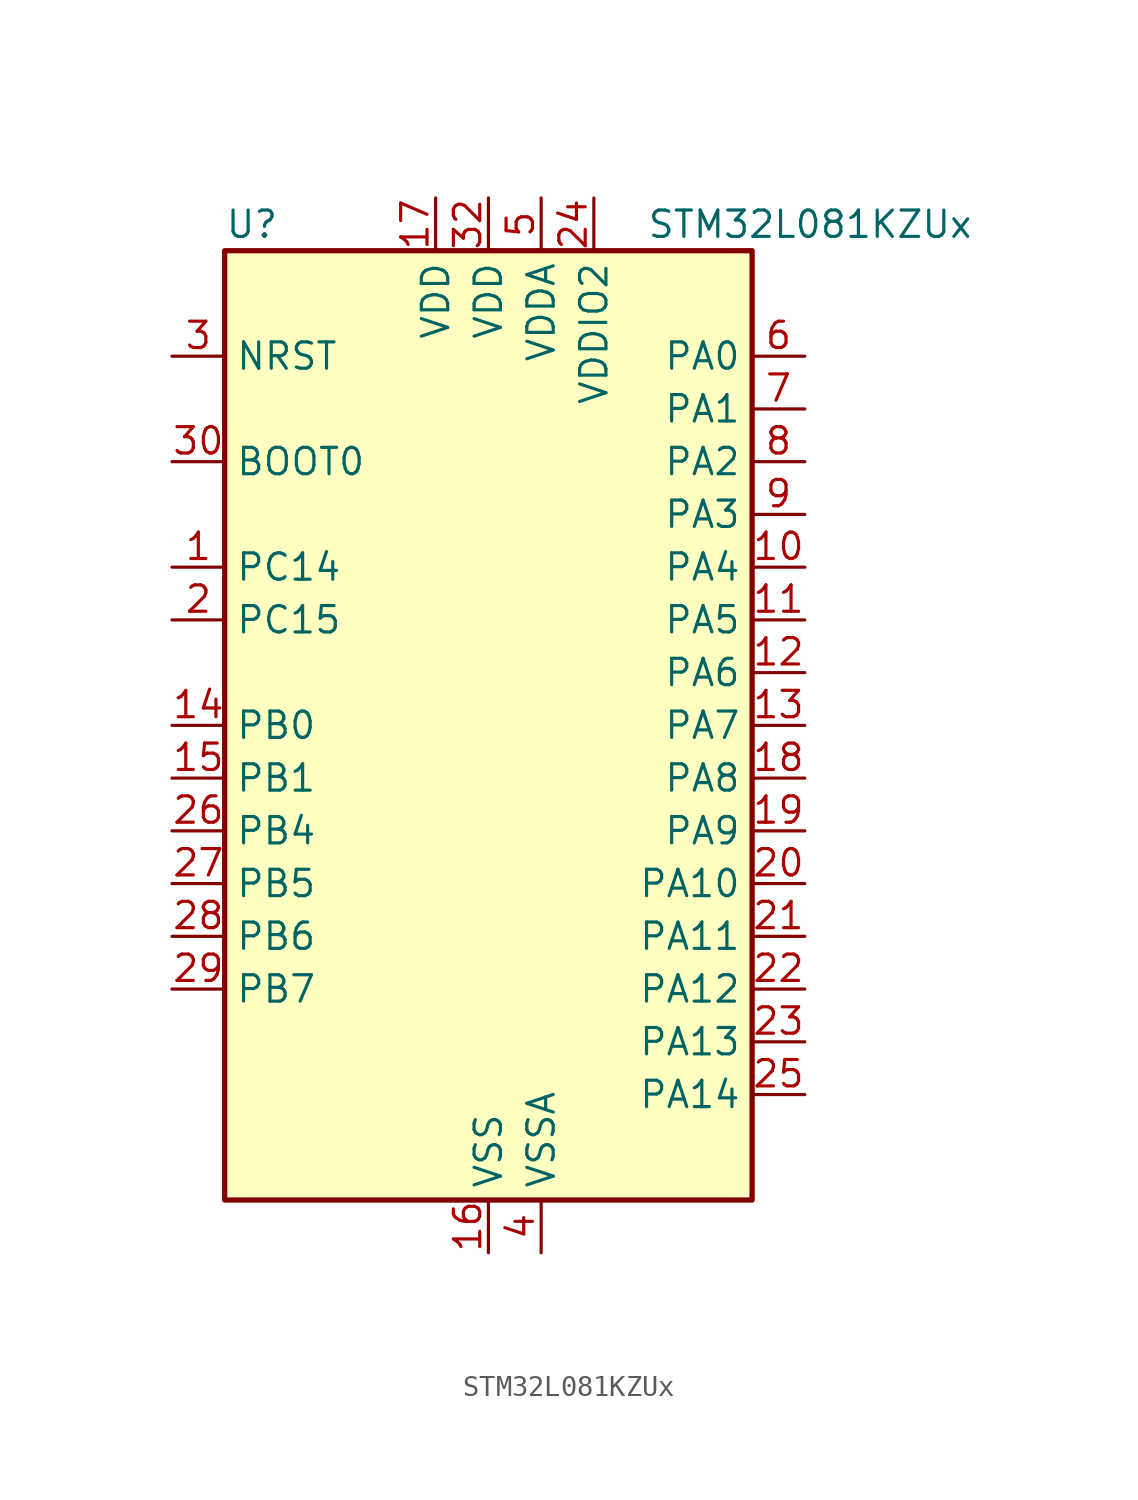
<source format=kicad_sym>
(kicad_symbol_lib
  (version 20241209)
  (generator "kicad_symbol_editor")
  (generator_version "9.0")
  (symbol "STM32L081KZUx"
    (property "Reference" "U"
      (at -12.7 24.13 0)
      (effects (font (size 1.27 1.27)) (justify left)))
    (property "Value" "STM32L081KZUx"
      (at 7.62 24.13 0)
      (effects (font (size 1.27 1.27)) (justify left)))
    (symbol "STM32L081KZUx_0_1"
      (rectangle (start -12.7 -22.86) (end 12.7 22.86) (stroke (width 0.254) (type default)) (fill (type background))))
    (symbol "STM32L081KZUx_1_1"
      (pin input line (at -15.24 17.78 0) (length 2.54) (name "NRST" (effects (font (size 1.27 1.27)))) (number "3" (effects (font (size 1.27 1.27)))))
      (pin input line (at -15.24 12.7 0) (length 2.54) (name "BOOT0" (effects (font (size 1.27 1.27)))) (number "30" (effects (font (size 1.27 1.27)))))
      (pin bidirectional line (at -15.24 7.62 0) (length 2.54) (name "PC14" (effects (font (size 1.27 1.27)))) (number "1" (effects (font (size 1.27 1.27)))) (alternate "RCC_OSC32_IN" bidirectional line))
      (pin bidirectional line (at -15.24 5.08 0) (length 2.54) (name "PC15" (effects (font (size 1.27 1.27)))) (number "2" (effects (font (size 1.27 1.27)))) (alternate "RCC_OSC32_OUT" bidirectional line))
      (pin bidirectional line (at -15.24 0 0) (length 2.54) (name "PB0" (effects (font (size 1.27 1.27)))) (number "14" (effects (font (size 1.27 1.27)))) (alternate "ADC_IN8" bidirectional line) (alternate "SYS_VREF_OUT_PB0" bidirectional line) (alternate "TIM3_CH3" bidirectional line))
      (pin bidirectional line (at -15.24 -2.54 0) (length 2.54) (name "PB1" (effects (font (size 1.27 1.27)))) (number "15" (effects (font (size 1.27 1.27)))) (alternate "ADC_IN9" bidirectional line) (alternate "LPUART1_DE" bidirectional line) (alternate "LPUART1_RTS" bidirectional line) (alternate "SYS_VREF_OUT_PB1" bidirectional line) (alternate "TIM3_CH4" bidirectional line))
      (pin bidirectional line (at -15.24 -5.08 0) (length 2.54) (name "PB4" (effects (font (size 1.27 1.27)))) (number "26" (effects (font (size 1.27 1.27)))) (alternate "COMP2_INP" bidirectional line) (alternate "I2C3_SDA" bidirectional line) (alternate "SPI1_MISO" bidirectional line) (alternate "TIM22_CH1" bidirectional line) (alternate "TIM3_CH1" bidirectional line) (alternate "USART1_CTS" bidirectional line))
      (pin bidirectional line (at -15.24 -7.62 0) (length 2.54) (name "PB5" (effects (font (size 1.27 1.27)))) (number "27" (effects (font (size 1.27 1.27)))) (alternate "COMP2_INP" bidirectional line) (alternate "I2C1_SMBA" bidirectional line) (alternate "LPTIM1_IN1" bidirectional line) (alternate "SPI1_MOSI" bidirectional line) (alternate "TIM22_CH2" bidirectional line) (alternate "TIM3_CH2" bidirectional line) (alternate "USART1_CK" bidirectional line))
      (pin bidirectional line (at -15.24 -10.16 0) (length 2.54) (name "PB6" (effects (font (size 1.27 1.27)))) (number "28" (effects (font (size 1.27 1.27)))) (alternate "COMP2_INP" bidirectional line) (alternate "I2C1_SCL" bidirectional line) (alternate "LPTIM1_ETR" bidirectional line) (alternate "USART1_TX" bidirectional line))
      (pin bidirectional line (at -15.24 -12.7 0) (length 2.54) (name "PB7" (effects (font (size 1.27 1.27)))) (number "29" (effects (font (size 1.27 1.27)))) (alternate "COMP2_INP" bidirectional line) (alternate "I2C1_SDA" bidirectional line) (alternate "LPTIM1_IN2" bidirectional line) (alternate "SYS_PVD_IN" bidirectional line) (alternate "USART1_RX" bidirectional line) (alternate "USART4_CTS" bidirectional line))
      (pin power_in line (at -2.54 25.4 270) (length 2.54) (name "VDD" (effects (font (size 1.27 1.27)))) (number "17" (effects (font (size 1.27 1.27)))))
      (pin power_in line (at 0 25.4 270) (length 2.54) (name "VDD" (effects (font (size 1.27 1.27)))) (number "32" (effects (font (size 1.27 1.27)))))
      (pin power_in line (at 0 -25.4 90) (length 2.54) (name "VSS" (effects (font (size 1.27 1.27)))) (number "16" (effects (font (size 1.27 1.27)))))
      (pin passive line (at 0 -25.4 90) (length 2.54) (hide yes) (name "VSS" (effects (font (size 1.27 1.27)))) (number "31" (effects (font (size 1.27 1.27)))))
      (pin passive line (at 0 -25.4 90) (length 2.54) (hide yes) (name "VSS" (effects (font (size 1.27 1.27)))) (number "33" (effects (font (size 1.27 1.27)))))
      (pin power_in line (at 2.54 25.4 270) (length 2.54) (name "VDDA" (effects (font (size 1.27 1.27)))) (number "5" (effects (font (size 1.27 1.27)))))
      (pin power_in line (at 2.54 -25.4 90) (length 2.54) (name "VSSA" (effects (font (size 1.27 1.27)))) (number "4" (effects (font (size 1.27 1.27)))))
      (pin power_in line (at 5.08 25.4 270) (length 2.54) (name "VDDIO2" (effects (font (size 1.27 1.27)))) (number "24" (effects (font (size 1.27 1.27)))))
      (pin bidirectional line (at 15.24 17.78 180) (length 2.54) (name "PA0" (effects (font (size 1.27 1.27)))) (number "6" (effects (font (size 1.27 1.27)))) (alternate "ADC_IN0" bidirectional line) (alternate "COMP1_INM" bidirectional line) (alternate "COMP1_OUT" bidirectional line) (alternate "RTC_TAMP2" bidirectional line) (alternate "SYS_WKUP1" bidirectional line) (alternate "TIM2_CH1" bidirectional line) (alternate "TIM2_ETR" bidirectional line) (alternate "USART2_CTS" bidirectional line) (alternate "USART4_TX" bidirectional line))
      (pin bidirectional line (at 15.24 15.24 180) (length 2.54) (name "PA1" (effects (font (size 1.27 1.27)))) (number "7" (effects (font (size 1.27 1.27)))) (alternate "ADC_IN1" bidirectional line) (alternate "COMP1_INP" bidirectional line) (alternate "TIM21_ETR" bidirectional line) (alternate "TIM2_CH2" bidirectional line) (alternate "USART2_DE" bidirectional line) (alternate "USART2_RTS" bidirectional line) (alternate "USART4_RX" bidirectional line))
      (pin bidirectional line (at 15.24 12.7 180) (length 2.54) (name "PA2" (effects (font (size 1.27 1.27)))) (number "8" (effects (font (size 1.27 1.27)))) (alternate "ADC_IN2" bidirectional line) (alternate "COMP2_INM" bidirectional line) (alternate "COMP2_OUT" bidirectional line) (alternate "LPUART1_TX" bidirectional line) (alternate "TIM21_CH1" bidirectional line) (alternate "TIM2_CH3" bidirectional line) (alternate "USART2_TX" bidirectional line))
      (pin bidirectional line (at 15.24 10.16 180) (length 2.54) (name "PA3" (effects (font (size 1.27 1.27)))) (number "9" (effects (font (size 1.27 1.27)))) (alternate "ADC_IN3" bidirectional line) (alternate "COMP2_INP" bidirectional line) (alternate "LPUART1_RX" bidirectional line) (alternate "TIM21_CH2" bidirectional line) (alternate "TIM2_CH4" bidirectional line) (alternate "USART2_RX" bidirectional line))
      (pin bidirectional line (at 15.24 7.62 180) (length 2.54) (name "PA4" (effects (font (size 1.27 1.27)))) (number "10" (effects (font (size 1.27 1.27)))) (alternate "ADC_IN4" bidirectional line) (alternate "COMP1_INM" bidirectional line) (alternate "COMP2_INM" bidirectional line) (alternate "SPI1_NSS" bidirectional line) (alternate "TIM22_ETR" bidirectional line) (alternate "USART2_CK" bidirectional line))
      (pin bidirectional line (at 15.24 5.08 180) (length 2.54) (name "PA5" (effects (font (size 1.27 1.27)))) (number "11" (effects (font (size 1.27 1.27)))) (alternate "ADC_IN5" bidirectional line) (alternate "COMP1_INM" bidirectional line) (alternate "COMP2_INM" bidirectional line) (alternate "SPI1_SCK" bidirectional line) (alternate "TIM2_CH1" bidirectional line) (alternate "TIM2_ETR" bidirectional line))
      (pin bidirectional line (at 15.24 2.54 180) (length 2.54) (name "PA6" (effects (font (size 1.27 1.27)))) (number "12" (effects (font (size 1.27 1.27)))) (alternate "ADC_IN6" bidirectional line) (alternate "COMP1_OUT" bidirectional line) (alternate "LPUART1_CTS" bidirectional line) (alternate "SPI1_MISO" bidirectional line) (alternate "TIM22_CH1" bidirectional line) (alternate "TIM3_CH1" bidirectional line))
      (pin bidirectional line (at 15.24 0 180) (length 2.54) (name "PA7" (effects (font (size 1.27 1.27)))) (number "13" (effects (font (size 1.27 1.27)))) (alternate "ADC_IN7" bidirectional line) (alternate "COMP2_OUT" bidirectional line) (alternate "SPI1_MOSI" bidirectional line) (alternate "TIM22_CH2" bidirectional line) (alternate "TIM3_CH2" bidirectional line))
      (pin bidirectional line (at 15.24 -2.54 180) (length 2.54) (name "PA8" (effects (font (size 1.27 1.27)))) (number "18" (effects (font (size 1.27 1.27)))) (alternate "I2C3_SCL" bidirectional line) (alternate "RCC_MCO" bidirectional line) (alternate "USART1_CK" bidirectional line))
      (pin bidirectional line (at 15.24 -5.08 180) (length 2.54) (name "PA9" (effects (font (size 1.27 1.27)))) (number "19" (effects (font (size 1.27 1.27)))) (alternate "I2C1_SCL" bidirectional line) (alternate "I2C3_SMBA" bidirectional line) (alternate "RCC_MCO" bidirectional line) (alternate "USART1_TX" bidirectional line))
      (pin bidirectional line (at 15.24 -7.62 180) (length 2.54) (name "PA10" (effects (font (size 1.27 1.27)))) (number "20" (effects (font (size 1.27 1.27)))) (alternate "I2C1_SDA" bidirectional line) (alternate "USART1_RX" bidirectional line))
      (pin bidirectional line (at 15.24 -10.16 180) (length 2.54) (name "PA11" (effects (font (size 1.27 1.27)))) (number "21" (effects (font (size 1.27 1.27)))) (alternate "ADC_EXTI11" bidirectional line) (alternate "COMP1_OUT" bidirectional line) (alternate "SPI1_MISO" bidirectional line) (alternate "USART1_CTS" bidirectional line))
      (pin bidirectional line (at 15.24 -12.7 180) (length 2.54) (name "PA12" (effects (font (size 1.27 1.27)))) (number "22" (effects (font (size 1.27 1.27)))) (alternate "COMP2_OUT" bidirectional line) (alternate "SPI1_MOSI" bidirectional line) (alternate "USART1_DE" bidirectional line) (alternate "USART1_RTS" bidirectional line))
      (pin bidirectional line (at 15.24 -15.24 180) (length 2.54) (name "PA13" (effects (font (size 1.27 1.27)))) (number "23" (effects (font (size 1.27 1.27)))) (alternate "LPUART1_RX" bidirectional line) (alternate "SYS_SWDIO" bidirectional line))
      (pin bidirectional line (at 15.24 -17.78 180) (length 2.54) (name "PA14" (effects (font (size 1.27 1.27)))) (number "25" (effects (font (size 1.27 1.27)))) (alternate "LPUART1_TX" bidirectional line) (alternate "SYS_SWCLK" bidirectional line) (alternate "USART2_TX" bidirectional line)))))
</source>
